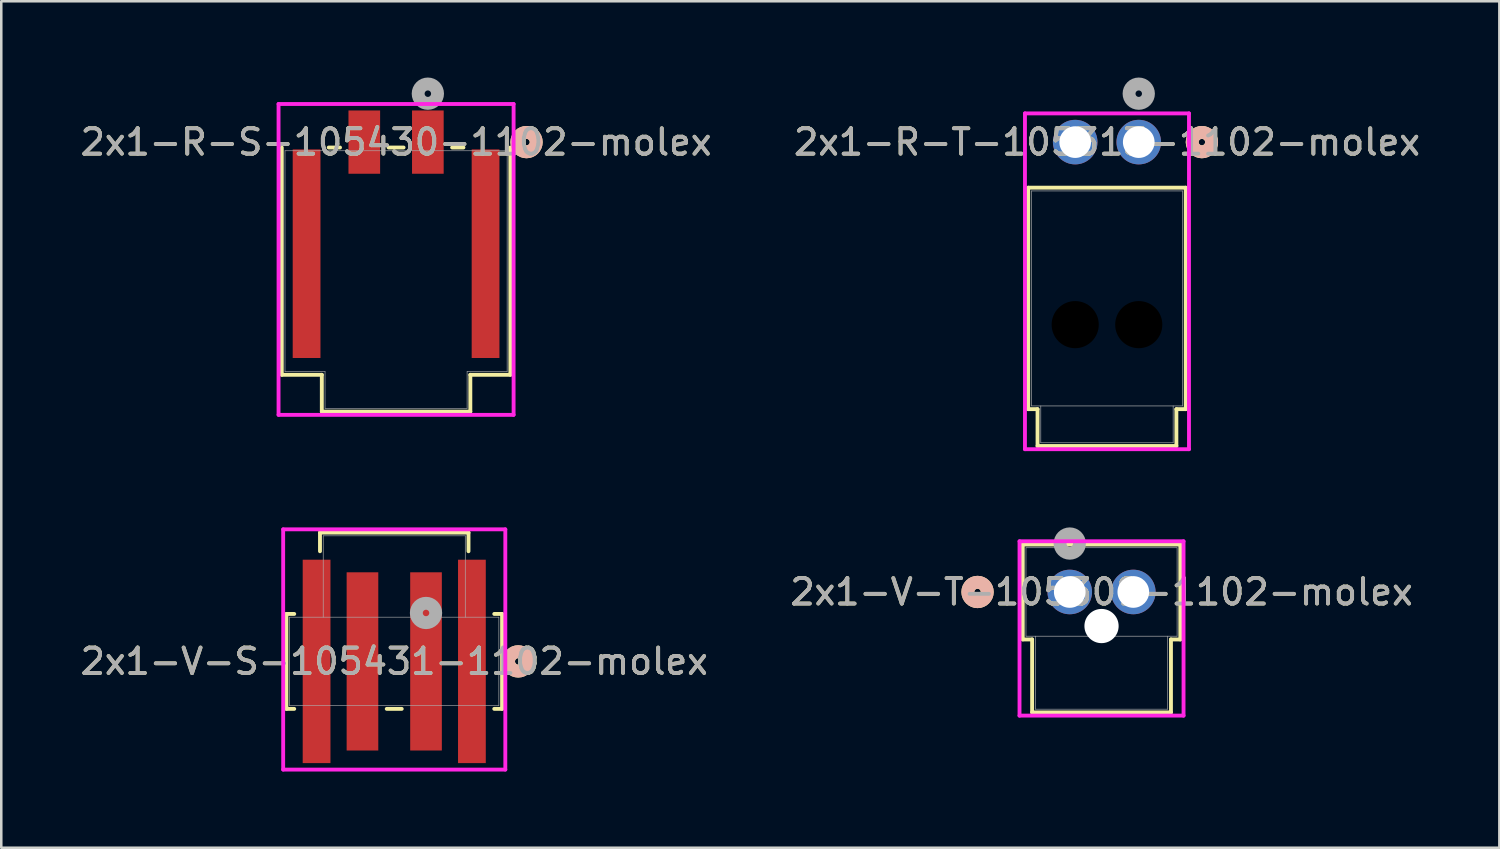
<source format=kicad_pcb>
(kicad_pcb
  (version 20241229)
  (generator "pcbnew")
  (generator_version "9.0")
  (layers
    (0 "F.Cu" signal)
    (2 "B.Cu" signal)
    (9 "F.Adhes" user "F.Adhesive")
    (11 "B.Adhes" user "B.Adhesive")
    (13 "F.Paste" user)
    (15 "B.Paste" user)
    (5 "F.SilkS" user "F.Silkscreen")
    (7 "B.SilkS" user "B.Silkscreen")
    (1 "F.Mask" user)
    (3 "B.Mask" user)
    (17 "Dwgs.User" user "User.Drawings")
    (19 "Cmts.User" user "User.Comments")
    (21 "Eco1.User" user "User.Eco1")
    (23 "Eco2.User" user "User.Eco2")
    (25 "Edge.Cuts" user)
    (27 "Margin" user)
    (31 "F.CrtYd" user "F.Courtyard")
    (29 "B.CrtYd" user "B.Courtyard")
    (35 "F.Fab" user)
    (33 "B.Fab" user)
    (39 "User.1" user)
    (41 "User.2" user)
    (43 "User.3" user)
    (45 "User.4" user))
  (footprint "2x1-R-T-105313-1102-molex"
    (layer "F.Cu")
    (at 41.744 2.54)
    (property "Reference" "2x1-R-T-105313-1102-molex" (at -1.25 0 0) (unlocked yes) (layer "F.SilkS") (effects (font (size 1 1) (thickness 0.15))))
    (attr through_hole)
    (fp_line (start -4.349 1.793) (end -4.349 10.505) (stroke (width 0.152) (type solid)) (layer "F.SilkS"))
    (fp_line (start -4.349 10.505) (end -3.981 10.505) (stroke (width 0.152) (type solid)) (layer "F.SilkS"))
    (fp_line (start -3.981 10.505) (end -3.981 11.953) (stroke (width 0.152) (type solid)) (layer "F.SilkS"))
    (fp_line (start -3.981 11.953) (end 1.48 11.953) (stroke (width 0.152) (type solid)) (layer "F.SilkS"))
    (fp_line (start 1.48 10.505) (end 1.849 10.505) (stroke (width 0.152) (type solid)) (layer "F.SilkS"))
    (fp_line (start 1.48 11.953) (end 1.48 10.505) (stroke (width 0.152) (type solid)) (layer "F.SilkS"))
    (fp_line (start 1.849 1.793) (end -4.349 1.793) (stroke (width 0.152) (type solid)) (layer "F.SilkS"))
    (fp_line (start 1.849 10.505) (end 1.849 1.793) (stroke (width 0.152) (type solid)) (layer "F.SilkS"))
    (fp_circle (center 2.484 0) (end 2.865 0) (stroke (width 0.508) (type solid)) (fill no) (layer "F.SilkS"))
    (fp_circle (center 2.484 0) (end 2.865 0) (stroke (width 0.508) (type solid)) (fill no) (layer "B.SilkS"))
    (fp_line (start -4.476 -1.13) (end -4.476 12.08) (stroke (width 0.152) (type solid)) (layer "F.CrtYd"))
    (fp_line (start -4.476 12.08) (end 1.976 12.08) (stroke (width 0.152) (type solid)) (layer "F.CrtYd"))
    (fp_line (start 1.976 -1.13) (end -4.476 -1.13) (stroke (width 0.152) (type solid)) (layer "F.CrtYd"))
    (fp_line (start 1.976 12.08) (end 1.976 -1.13) (stroke (width 0.152) (type solid)) (layer "F.CrtYd"))
    (fp_line (start -4.222 1.92) (end -4.222 10.378) (stroke (width 0.025) (type solid)) (layer "F.Fab"))
    (fp_line (start -4.222 10.378) (end 1.722 10.378) (stroke (width 0.025) (type solid)) (layer "F.Fab"))
    (fp_line (start -3.853 10.378) (end -3.853 11.826) (stroke (width 0.025) (type solid)) (layer "F.Fab"))
    (fp_line (start -3.853 11.826) (end 1.353 11.826) (stroke (width 0.025) (type solid)) (layer "F.Fab"))
    (fp_line (start 1.353 11.826) (end 1.353 10.378) (stroke (width 0.025) (type solid)) (layer "F.Fab"))
    (fp_line (start 1.722 1.92) (end -4.222 1.92) (stroke (width 0.025) (type solid)) (layer "F.Fab"))
    (fp_line (start 1.722 10.378) (end 1.722 1.92) (stroke (width 0.025) (type solid)) (layer "F.Fab"))
    (fp_circle (center 0 -1.905) (end 0.381 -1.905) (stroke (width 0.508) (type solid)) (fill no) (layer "F.Fab"))
    (fp_text user "${REFERENCE}" (at -1.25 0 0) (unlocked yes) (layer "F.Fab") (effects (font (size 1 1) (thickness 0.15))))
    (pad "" np_thru_hole circle (at -2.5 7.18) (size 1.854 1.854) (drill 1.854) (layers))
    (pad "" np_thru_hole circle (at 0 7.18) (size 1.854 1.854) (drill 1.854) (layers))
    (pad "1" thru_hole circle (at 0 0) (size 1.753 1.753) (drill 1.245) (layers "*.Cu" "*.Mask"))
    (pad "2" thru_hole circle (at -2.5 0) (size 1.753 1.753) (drill 1.245) (layers "*.Cu" "*.Mask")))
  (footprint "2x1-V-S-105431-1102-molex"
    (layer "F.Cu")
    (at 12.458 22.967)
    (property "Reference" "2x1-V-S-105431-1102-molex" (at 0 0 0) (unlocked yes) (layer "F.SilkS") (effects (font (size 1 1) (thickness 0.15))))
    (attr smd)
    (fp_line (start -4.242 -1.867) (end -4.242 1.867) (stroke (width 0.152) (type solid)) (layer "F.SilkS"))
    (fp_line (start -4.242 1.867) (end -3.934 1.867) (stroke (width 0.152) (type solid)) (layer "F.SilkS"))
    (fp_line (start -3.934 -1.867) (end -4.242 -1.867) (stroke (width 0.152) (type solid)) (layer "F.SilkS"))
    (fp_line (start -2.921 -5.067) (end -2.921 -4.333) (stroke (width 0.152) (type solid)) (layer "F.SilkS"))
    (fp_line (start -0.295 1.867) (end 0.295 1.867) (stroke (width 0.152) (type solid)) (layer "F.SilkS"))
    (fp_line (start 2.921 -5.067) (end -2.921 -5.067) (stroke (width 0.152) (type solid)) (layer "F.SilkS"))
    (fp_line (start 2.921 -4.333) (end 2.921 -5.067) (stroke (width 0.152) (type solid)) (layer "F.SilkS"))
    (fp_line (start 3.934 1.867) (end 4.242 1.867) (stroke (width 0.152) (type solid)) (layer "F.SilkS"))
    (fp_line (start 4.242 -1.867) (end 3.934 -1.867) (stroke (width 0.152) (type solid)) (layer "F.SilkS"))
    (fp_line (start 4.242 1.867) (end 4.242 -1.867) (stroke (width 0.152) (type solid)) (layer "F.SilkS"))
    (fp_circle (center 4.877 0) (end 5.258 0) (stroke (width 0.508) (type solid)) (fill no) (layer "F.SilkS"))
    (fp_circle (center 4.877 0) (end 5.258 0) (stroke (width 0.508) (type solid)) (fill no) (layer "B.SilkS"))
    (fp_line (start -4.369 -5.194) (end -4.369 4.255) (stroke (width 0.152) (type solid)) (layer "F.CrtYd"))
    (fp_line (start -4.369 4.255) (end 4.369 4.255) (stroke (width 0.152) (type solid)) (layer "F.CrtYd"))
    (fp_line (start 4.369 -5.194) (end -4.369 -5.194) (stroke (width 0.152) (type solid)) (layer "F.CrtYd"))
    (fp_line (start 4.369 4.255) (end 4.369 -5.194) (stroke (width 0.152) (type solid)) (layer "F.CrtYd"))
    (fp_line (start -4.115 -1.74) (end -4.115 1.74) (stroke (width 0.025) (type solid)) (layer "F.Fab"))
    (fp_line (start -4.115 1.74) (end 4.115 1.74) (stroke (width 0.025) (type solid)) (layer "F.Fab"))
    (fp_line (start -2.794 -4.94) (end -2.794 -1.74) (stroke (width 0.025) (type solid)) (layer "F.Fab"))
    (fp_line (start -2.794 -4.94) (end 2.794 -4.94) (stroke (width 0.025) (type solid)) (layer "F.Fab"))
    (fp_line (start 2.794 -4.94) (end 2.794 -1.74) (stroke (width 0.025) (type solid)) (layer "F.Fab"))
    (fp_line (start 4.115 -1.74) (end -4.115 -1.74) (stroke (width 0.025) (type solid)) (layer "F.Fab"))
    (fp_line (start 4.115 1.74) (end 4.115 -1.74) (stroke (width 0.025) (type solid)) (layer "F.Fab"))
    (fp_circle (center 1.25 -1.905) (end 1.631 -1.905) (stroke (width 0.508) (type solid)) (fill no) (layer "F.Fab"))
    (fp_text user "${REFERENCE}" (at 0 0 0) (unlocked yes) (layer "F.Fab") (effects (font (size 1 1) (thickness 0.15))))
    (pad "1" smd rect (at 1.25 0) (size 1.245 7.01) (layers "F.Cu" "F.Mask" "F.Paste"))
    (pad "2" smd rect (at -1.25 0) (size 1.245 7.01) (layers "F.Cu" "F.Mask" "F.Paste"))
    (pad "3" smd rect (at -3.055 0) (size 1.092 8.001) (layers "F.Cu" "F.Mask" "F.Paste"))
    (pad "4" smd rect (at 3.055 0) (size 1.092 8.001) (layers "F.Cu" "F.Mask" "F.Paste")))
  (footprint "2x1-R-S-105430-1102-molex"
    (layer "F.Cu")
    (at 12.53 7.223)
    (property "Reference" "2x1-R-S-105430-1102-molex" (at 0 -4.683 0) (unlocked yes) (layer "F.SilkS") (effects (font (size 1 1) (thickness 0.15))))
    (attr smd)
    (fp_line (start -4.496 -4.47) (end -4.496 4.47) (stroke (width 0.152) (type solid)) (layer "F.SilkS"))
    (fp_line (start -4.496 4.47) (end -2.921 4.47) (stroke (width 0.152) (type solid)) (layer "F.SilkS"))
    (fp_line (start -2.921 4.47) (end -2.921 5.918) (stroke (width 0.152) (type solid)) (layer "F.SilkS"))
    (fp_line (start -2.921 5.918) (end 2.921 5.918) (stroke (width 0.152) (type solid)) (layer "F.SilkS"))
    (fp_line (start -2.205 -4.47) (end -2.65 -4.47) (stroke (width 0.152) (type solid)) (layer "F.SilkS"))
    (fp_line (start 0.295 -4.47) (end -0.295 -4.47) (stroke (width 0.152) (type solid)) (layer "F.SilkS"))
    (fp_line (start 2.65 -4.47) (end 2.205 -4.47) (stroke (width 0.152) (type solid)) (layer "F.SilkS"))
    (fp_line (start 2.921 4.47) (end 4.496 4.47) (stroke (width 0.152) (type solid)) (layer "F.SilkS"))
    (fp_line (start 2.921 5.918) (end 2.921 4.47) (stroke (width 0.152) (type solid)) (layer "F.SilkS"))
    (fp_line (start 4.496 4.47) (end 4.496 -4.47) (stroke (width 0.152) (type solid)) (layer "F.SilkS"))
    (fp_circle (center 5.131 -4.683) (end 5.512 -4.683) (stroke (width 0.508) (type solid)) (fill no) (layer "F.SilkS"))
    (fp_circle (center 5.131 -4.683) (end 5.512 -4.683) (stroke (width 0.508) (type solid)) (fill no) (layer "B.SilkS"))
    (fp_line (start -4.623 -6.182) (end -4.623 6.045) (stroke (width 0.152) (type solid)) (layer "F.CrtYd"))
    (fp_line (start -4.623 6.045) (end 4.623 6.045) (stroke (width 0.152) (type solid)) (layer "F.CrtYd"))
    (fp_line (start 4.623 -6.182) (end -4.623 -6.182) (stroke (width 0.152) (type solid)) (layer "F.CrtYd"))
    (fp_line (start 4.623 6.045) (end 4.623 -6.182) (stroke (width 0.152) (type solid)) (layer "F.CrtYd"))
    (fp_line (start -4.369 -4.343) (end -4.369 4.343) (stroke (width 0.025) (type solid)) (layer "F.Fab"))
    (fp_line (start -4.369 4.343) (end -2.794 4.343) (stroke (width 0.025) (type solid)) (layer "F.Fab"))
    (fp_line (start -2.794 4.343) (end -2.794 5.791) (stroke (width 0.025) (type solid)) (layer "F.Fab"))
    (fp_line (start -2.794 5.791) (end 2.794 5.791) (stroke (width 0.025) (type solid)) (layer "F.Fab"))
    (fp_line (start 2.794 4.343) (end 4.369 4.343) (stroke (width 0.025) (type solid)) (layer "F.Fab"))
    (fp_line (start 2.794 5.791) (end 2.794 4.343) (stroke (width 0.025) (type solid)) (layer "F.Fab"))
    (fp_line (start 4.369 -4.343) (end -4.369 -4.343) (stroke (width 0.025) (type solid)) (layer "F.Fab"))
    (fp_line (start 4.369 4.343) (end 4.369 -4.343) (stroke (width 0.025) (type solid)) (layer "F.Fab"))
    (fp_circle (center 1.25 -6.588) (end 1.631 -6.588) (stroke (width 0.508) (type solid)) (fill no) (layer "F.Fab"))
    (fp_text user "${REFERENCE}" (at 0 -4.683 0) (unlocked yes) (layer "F.Fab") (effects (font (size 1 1) (thickness 0.15))))
    (pad "1" smd rect (at 1.25 -4.683) (size 1.245 2.489) (layers "F.Cu" "F.Mask" "F.Paste"))
    (pad "2" smd rect (at -1.25 -4.683) (size 1.245 2.489) (layers "F.Cu" "F.Mask" "F.Paste"))
    (pad "3" smd rect (at -3.52 -0.293) (size 1.092 8.204) (layers "F.Cu" "F.Mask" "F.Paste"))
    (pad "4" smd rect (at 3.52 -0.293) (size 1.092 8.204) (layers "F.Cu" "F.Mask" "F.Paste")))
  (footprint "2x1-V-T-105309-1102-molex"
    (layer "F.Cu")
    (at 39.03 20.236)
    (property "Reference" "2x1-V-T-105309-1102-molex" (at 1.25 0 0) (unlocked yes) (layer "F.SilkS") (effects (font (size 1 1) (thickness 0.15))))
    (attr through_hole)
    (fp_line (start -1.849 -1.867) (end -1.849 1.867) (stroke (width 0.152) (type solid)) (layer "F.SilkS"))
    (fp_line (start -1.849 1.867) (end -1.48 1.867) (stroke (width 0.152) (type solid)) (layer "F.SilkS"))
    (fp_line (start -1.48 1.867) (end -1.48 4.737) (stroke (width 0.152) (type solid)) (layer "F.SilkS"))
    (fp_line (start -1.48 4.737) (end 3.981 4.737) (stroke (width 0.152) (type solid)) (layer "F.SilkS"))
    (fp_line (start 3.981 1.867) (end 4.349 1.867) (stroke (width 0.152) (type solid)) (layer "F.SilkS"))
    (fp_line (start 3.981 4.737) (end 3.981 1.867) (stroke (width 0.152) (type solid)) (layer "F.SilkS"))
    (fp_line (start 4.349 -1.867) (end -1.849 -1.867) (stroke (width 0.152) (type solid)) (layer "F.SilkS"))
    (fp_line (start 4.349 1.867) (end 4.349 -1.867) (stroke (width 0.152) (type solid)) (layer "F.SilkS"))
    (fp_circle (center -3.627 0) (end -3.246 0) (stroke (width 0.508) (type solid)) (fill no) (layer "F.SilkS"))
    (fp_circle (center -3.627 0) (end -3.246 0) (stroke (width 0.508) (type solid)) (fill no) (layer "B.SilkS"))
    (fp_line (start -1.976 -1.994) (end -1.976 4.864) (stroke (width 0.152) (type solid)) (layer "F.CrtYd"))
    (fp_line (start -1.976 4.864) (end 4.476 4.864) (stroke (width 0.152) (type solid)) (layer "F.CrtYd"))
    (fp_line (start 4.476 -1.994) (end -1.976 -1.994) (stroke (width 0.152) (type solid)) (layer "F.CrtYd"))
    (fp_line (start 4.476 4.864) (end 4.476 -1.994) (stroke (width 0.152) (type solid)) (layer "F.CrtYd"))
    (fp_line (start -1.722 -1.74) (end -1.722 1.74) (stroke (width 0.025) (type solid)) (layer "F.Fab"))
    (fp_line (start -1.722 1.74) (end 4.222 1.74) (stroke (width 0.025) (type solid)) (layer "F.Fab"))
    (fp_line (start -1.353 1.74) (end -1.353 4.61) (stroke (width 0.025) (type solid)) (layer "F.Fab"))
    (fp_line (start 3.853 4.61) (end -1.353 4.61) (stroke (width 0.025) (type solid)) (layer "F.Fab"))
    (fp_line (start 3.853 4.61) (end 3.853 1.74) (stroke (width 0.025) (type solid)) (layer "F.Fab"))
    (fp_line (start 4.222 -1.74) (end -1.722 -1.74) (stroke (width 0.025) (type solid)) (layer "F.Fab"))
    (fp_line (start 4.222 1.74) (end 4.222 -1.74) (stroke (width 0.025) (type solid)) (layer "F.Fab"))
    (fp_circle (center 0 -1.905) (end 0.381 -1.905) (stroke (width 0.508) (type solid)) (fill no) (layer "F.Fab"))
    (fp_text user "${REFERENCE}" (at 1.25 0 0) (unlocked yes) (layer "F.Fab") (effects (font (size 1 1) (thickness 0.15))))
    (pad "" np_thru_hole circle (at 1.25 1.34) (size 1.346 1.346) (drill 1.346) (layers "*.Cu" "*.Mask"))
    (pad "1" thru_hole circle (at 0 0) (size 1.753 1.753) (drill 1.245) (layers "*.Cu" "*.Mask"))
    (pad "2" thru_hole circle (at 2.5 0) (size 1.753 1.753) (drill 1.245) (layers "*.Cu" "*.Mask")))
  (gr_rect
    (start -3 -3)
    (end 55.929 30.297)
    (stroke (width 0.1) (type default))
    (fill no)
    (layer "Edge.Cuts")))
</source>
